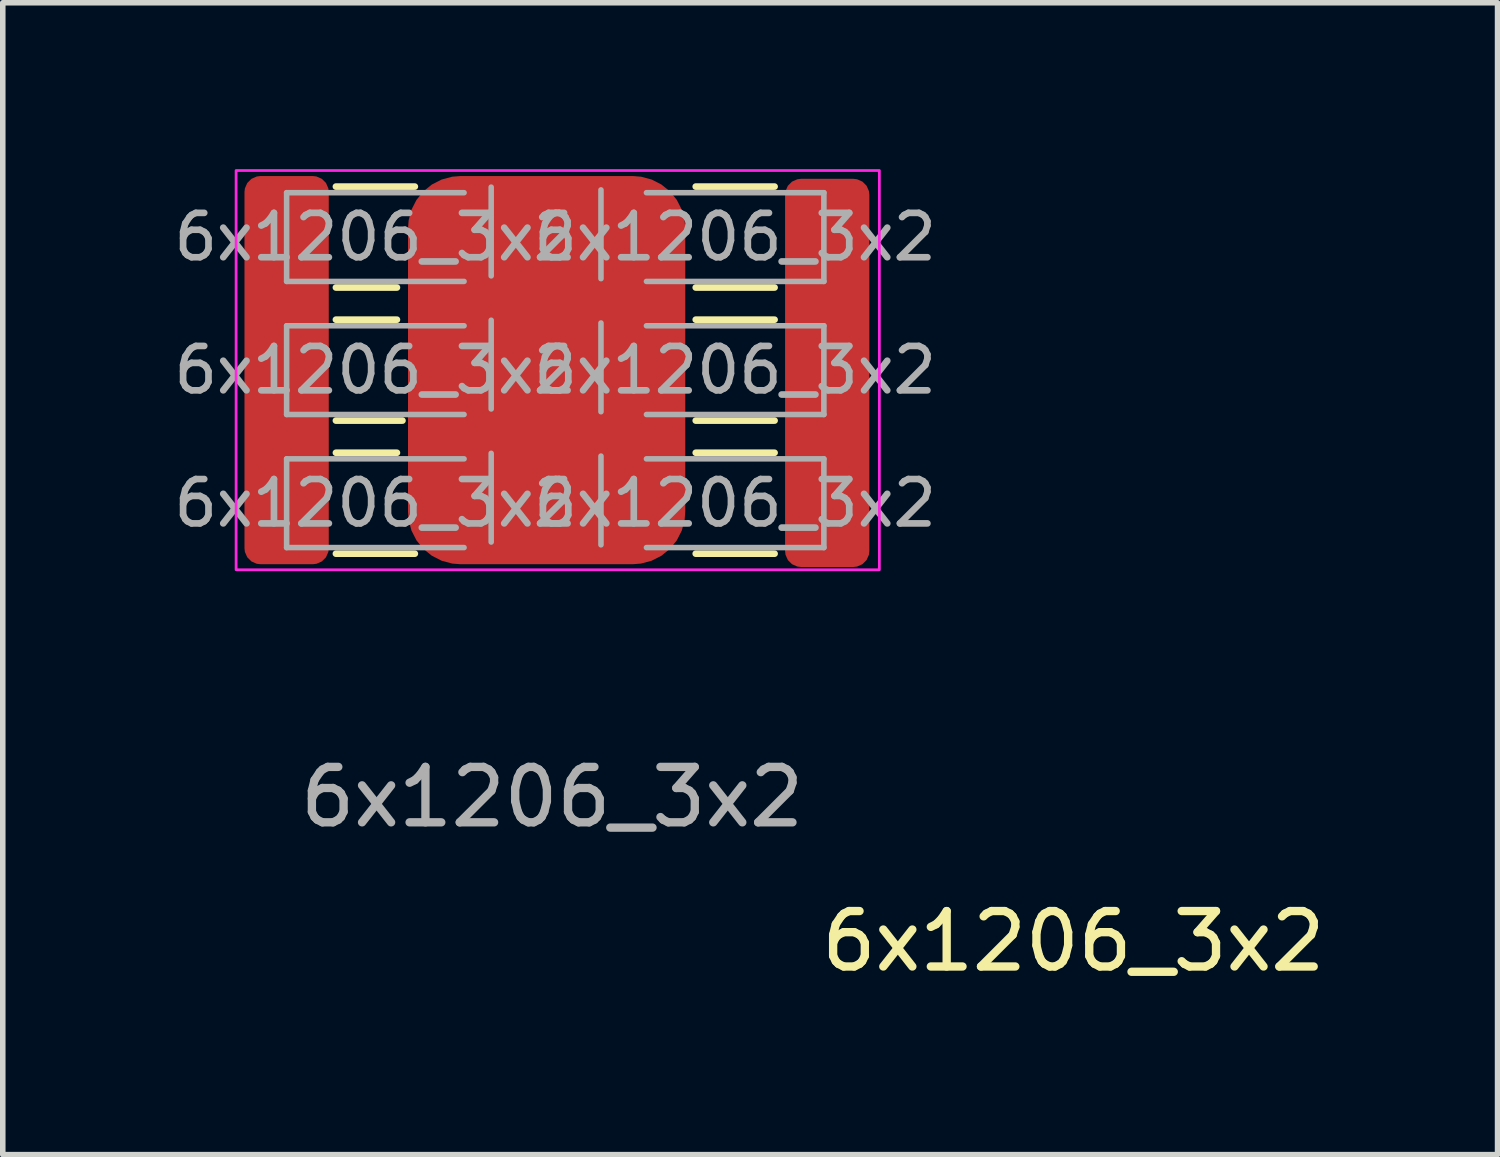
<source format=kicad_pcb>
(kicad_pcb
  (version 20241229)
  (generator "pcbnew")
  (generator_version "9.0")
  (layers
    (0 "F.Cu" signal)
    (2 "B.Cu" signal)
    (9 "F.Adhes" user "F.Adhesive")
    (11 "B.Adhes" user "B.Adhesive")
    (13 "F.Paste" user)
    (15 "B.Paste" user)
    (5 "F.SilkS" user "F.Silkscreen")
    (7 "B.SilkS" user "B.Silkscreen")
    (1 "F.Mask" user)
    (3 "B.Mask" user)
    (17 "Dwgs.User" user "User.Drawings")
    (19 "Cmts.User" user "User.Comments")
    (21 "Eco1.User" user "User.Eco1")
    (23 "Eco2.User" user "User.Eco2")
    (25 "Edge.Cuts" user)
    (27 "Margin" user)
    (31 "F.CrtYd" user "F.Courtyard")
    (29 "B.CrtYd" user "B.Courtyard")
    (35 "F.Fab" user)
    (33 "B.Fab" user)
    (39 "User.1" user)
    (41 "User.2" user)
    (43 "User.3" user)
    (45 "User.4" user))
  (footprint "6x1206_3x2"
    (layer "F.Cu")
    (at 6.908 14.325)
    (property "Reference" "6x1206_3x2" (at 9.4 -0.4 0) (unlocked yes) (layer "F.SilkS") (effects (font (size 1 1) (thickness 0.15))))
    (attr smd)
    (fp_line (start -2.8 -12.19) (end -3.9 -12.19) (stroke (width 0.12) (type solid)) (layer "F.SilkS"))
    (fp_line (start -2.8 -11.61) (end -3.9 -11.61) (stroke (width 0.12) (type solid)) (layer "F.SilkS"))
    (fp_line (start -2.8 -9.21) (end -3.9 -9.21) (stroke (width 0.12) (type solid)) (layer "F.SilkS"))
    (fp_line (start -2.7 -9.79) (end -3.9 -9.79) (stroke (width 0.12) (type solid)) (layer "F.SilkS"))
    (fp_line (start -2.477 -14.01) (end -3.9 -14.01) (stroke (width 0.12) (type solid)) (layer "F.SilkS"))
    (fp_line (start -2.477 -7.39) (end -3.9 -7.39) (stroke (width 0.12) (type solid)) (layer "F.SilkS"))
    (fp_line (start 4.011 -14.01) (end 2.589 -14.01) (stroke (width 0.12) (type solid)) (layer "F.SilkS"))
    (fp_line (start 4.011 -12.19) (end 2.589 -12.19) (stroke (width 0.12) (type solid)) (layer "F.SilkS"))
    (fp_line (start 4.011 -11.61) (end 2.589 -11.61) (stroke (width 0.12) (type solid)) (layer "F.SilkS"))
    (fp_line (start 4.011 -9.79) (end 2.589 -9.79) (stroke (width 0.12) (type solid)) (layer "F.SilkS"))
    (fp_line (start 4.011 -9.21) (end 2.589 -9.21) (stroke (width 0.12) (type solid)) (layer "F.SilkS"))
    (fp_line (start 4.011 -7.39) (end 2.589 -7.39) (stroke (width 0.12) (type solid)) (layer "F.SilkS"))
    (fp_rect (start -5.7 -14.3) (end 5.9 -7.1) (stroke (width 0.05) (type default)) (fill no) (layer "F.CrtYd"))
    (fp_line (start -4.789 -13.9) (end -4.789 -12.3) (stroke (width 0.1) (type solid)) (layer "F.Fab"))
    (fp_line (start -4.789 -12.3) (end -1.589 -12.3) (stroke (width 0.1) (type solid)) (layer "F.Fab"))
    (fp_line (start -4.789 -11.5) (end -4.789 -9.9) (stroke (width 0.1) (type solid)) (layer "F.Fab"))
    (fp_line (start -4.789 -9.9) (end -1.589 -9.9) (stroke (width 0.1) (type solid)) (layer "F.Fab"))
    (fp_line (start -4.789 -9.1) (end -4.789 -7.5) (stroke (width 0.1) (type solid)) (layer "F.Fab"))
    (fp_line (start -4.789 -7.5) (end -1.589 -7.5) (stroke (width 0.1) (type solid)) (layer "F.Fab"))
    (fp_line (start -1.589 -13.9) (end -4.789 -13.9) (stroke (width 0.1) (type solid)) (layer "F.Fab"))
    (fp_line (start -1.589 -11.5) (end -4.789 -11.5) (stroke (width 0.1) (type solid)) (layer "F.Fab"))
    (fp_line (start -1.589 -9.1) (end -4.789 -9.1) (stroke (width 0.1) (type solid)) (layer "F.Fab"))
    (fp_line (start -1.1 -12.4) (end -1.1 -14) (stroke (width 0.1) (type solid)) (layer "F.Fab"))
    (fp_line (start -1.1 -10) (end -1.1 -11.6) (stroke (width 0.1) (type solid)) (layer "F.Fab"))
    (fp_line (start -1.1 -7.6) (end -1.1 -9.2) (stroke (width 0.1) (type solid)) (layer "F.Fab"))
    (fp_line (start 0.88 -13.95) (end 0.88 -12.35) (stroke (width 0.1) (type solid)) (layer "F.Fab"))
    (fp_line (start 0.88 -11.55) (end 0.88 -9.95) (stroke (width 0.1) (type solid)) (layer "F.Fab"))
    (fp_line (start 0.88 -9.15) (end 0.88 -7.55) (stroke (width 0.1) (type solid)) (layer "F.Fab"))
    (fp_line (start 1.7 -12.3) (end 4.9 -12.3) (stroke (width 0.1) (type solid)) (layer "F.Fab"))
    (fp_line (start 1.7 -9.9) (end 4.9 -9.9) (stroke (width 0.1) (type solid)) (layer "F.Fab"))
    (fp_line (start 1.7 -7.5) (end 4.9 -7.5) (stroke (width 0.1) (type solid)) (layer "F.Fab"))
    (fp_line (start 4.9 -13.9) (end 1.7 -13.9) (stroke (width 0.1) (type solid)) (layer "F.Fab"))
    (fp_line (start 4.9 -12.3) (end 4.9 -13.9) (stroke (width 0.1) (type solid)) (layer "F.Fab"))
    (fp_line (start 4.9 -11.5) (end 1.7 -11.5) (stroke (width 0.1) (type solid)) (layer "F.Fab"))
    (fp_line (start 4.9 -9.9) (end 4.9 -11.5) (stroke (width 0.1) (type solid)) (layer "F.Fab"))
    (fp_line (start 4.9 -9.1) (end 1.7 -9.1) (stroke (width 0.1) (type solid)) (layer "F.Fab"))
    (fp_line (start 4.9 -7.5) (end 4.9 -9.1) (stroke (width 0.1) (type solid)) (layer "F.Fab"))
    (fp_text user "${REFERENCE}" (at -3.189 -10.7 0) (layer "F.Fab") (effects (font (size 0.8 0.8) (thickness 0.12))))
    (fp_text user "${REFERENCE}" (at 3.3 -13.1 0) (layer "F.Fab") (effects (font (size 0.8 0.8) (thickness 0.12))))
    (fp_text user "${REFERENCE}" (at 3.3 -10.7 0) (layer "F.Fab") (effects (font (size 0.8 0.8) (thickness 0.12))))
    (fp_text user "${REFERENCE}" (at 3.3 -8.3 0) (layer "F.Fab") (effects (font (size 0.8 0.8) (thickness 0.12))))
    (fp_text user "${REFERENCE}" (at -3.189 -8.3 0) (layer "F.Fab") (effects (font (size 0.8 0.8) (thickness 0.12))))
    (fp_text user "${REFERENCE}" (at 0 -3 0) (unlocked yes) (layer "F.Fab") (effects (font (size 1 1) (thickness 0.15))))
    (fp_text user "${REFERENCE}" (at -3.189 -13.1 0) (layer "F.Fab") (effects (font (size 0.8 0.8) (thickness 0.12))))
    (pad "1" smd roundrect (at -0.1 -10.7) (size 5 7) (layers "F.Cu" "F.Mask" "F.Paste") (roundrect_rratio 0.189))
    (pad "2" smd roundrect (at -4.789 -10.7) (size 1.52 7) (layers "F.Cu" "F.Mask" "F.Paste") (roundrect_rratio 0.189))
    (pad "2" smd roundrect (at 4.96 -10.65) (size 1.52 7) (layers "F.Cu" "F.Mask" "F.Paste") (roundrect_rratio 0.189)))
  (gr_rect
    (start -3 -3)
    (end 23.957 17.773)
    (stroke (width 0.1) (type default))
    (fill no)
    (layer "Edge.Cuts")))
</source>
